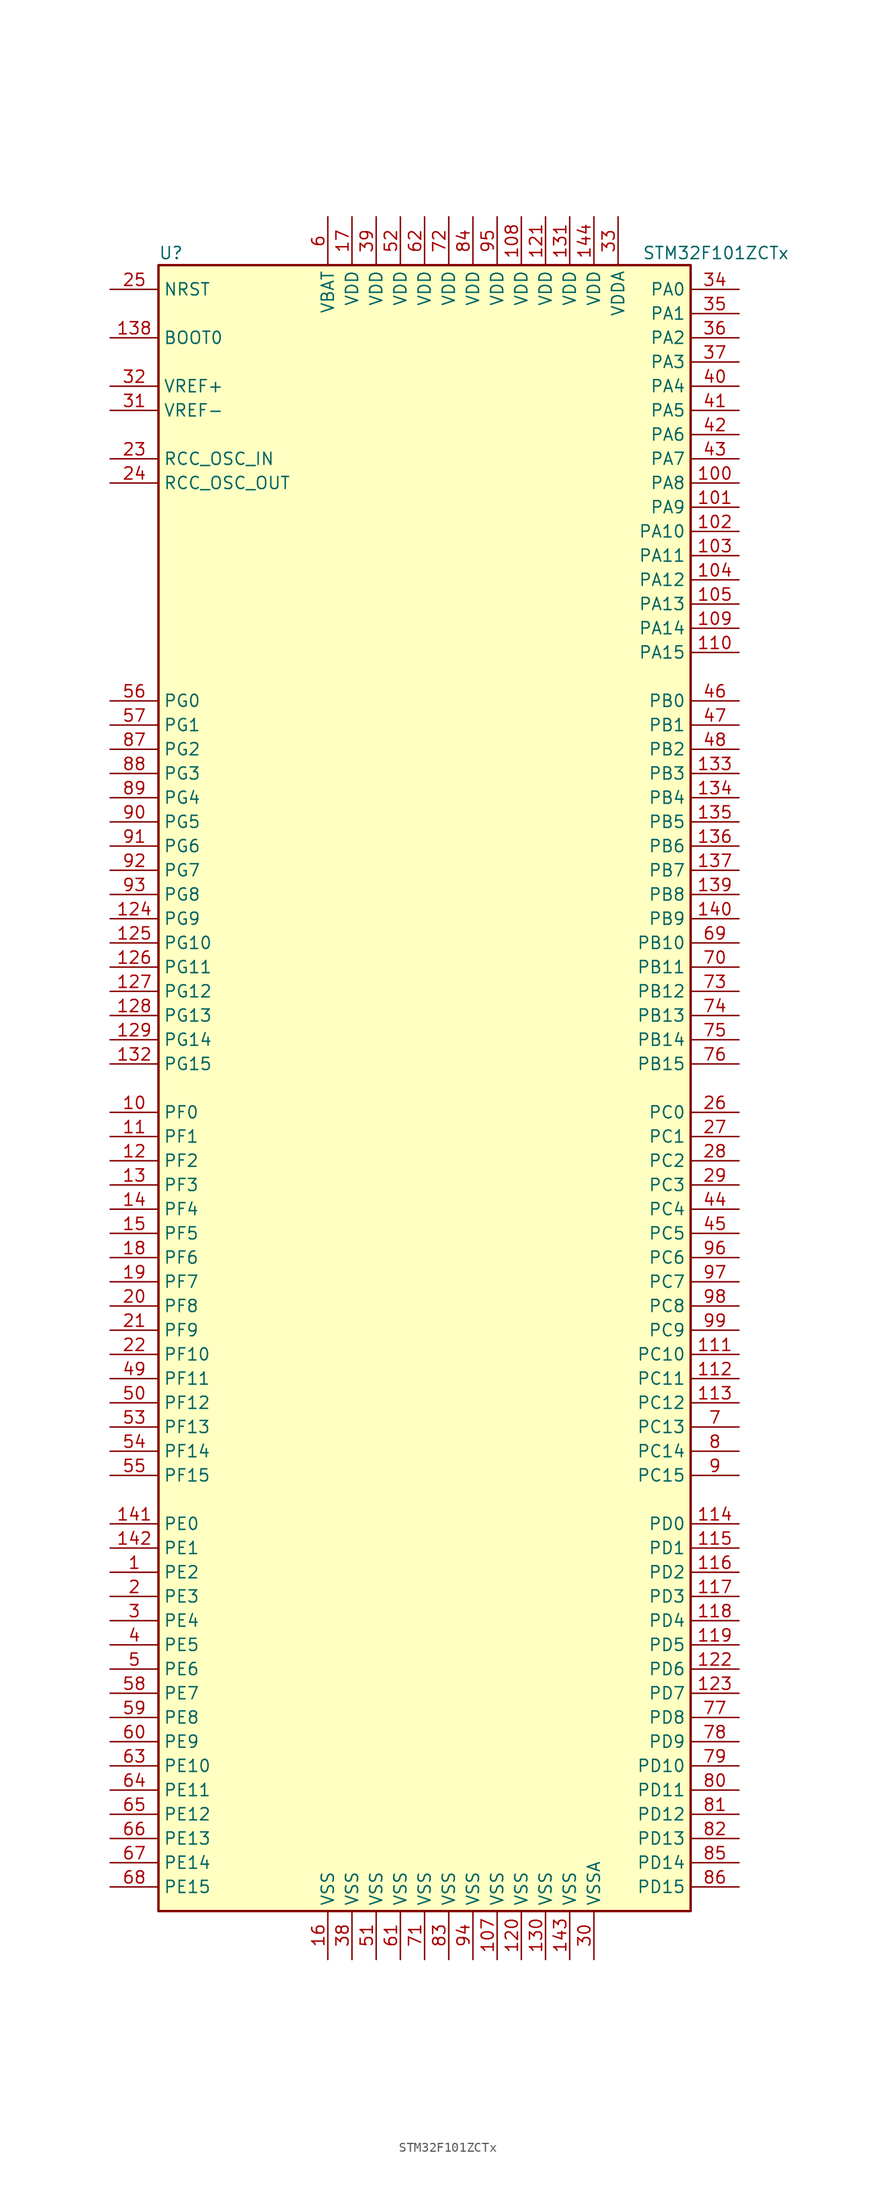
<source format=kicad_sym>
(kicad_symbol_lib
  (version 20201005)
  (generator kicad_symbol_editor)
  (symbol "MCU_ST_STM32F1:STM32F101ZCTx"
    (property "Reference" "U"
      (at -27.94 87.63 0)
      (effects (font (size 1.27 1.27)) (justify left)))
    (property "Value" "STM32F101ZCTx"
      (at 22.86 87.63 0)
      (effects (font (size 1.27 1.27)) (justify left)))
    (symbol "STM32F101ZCTx_0_1"
      (rectangle (start -27.94 -86.36) (end 27.94 86.36) (stroke (width 0.254)) (fill (type background))))
    (symbol "STM32F101ZCTx_1_1"
      (pin input line (at -33.02 78.74 0) (length 5.08) (name "BOOT0" (effects (font (size 1.27 1.27)))) (number "138" (effects (font (size 1.27 1.27)))))
      (pin no_connect line (at -27.94 -83.82 0) (length 5.08) hide (name "NC" (effects (font (size 1.27 1.27)))) (number "106" (effects (font (size 1.27 1.27)))))
      (pin input line (at -33.02 83.82 0) (length 5.08) (name "NRST" (effects (font (size 1.27 1.27)))) (number "25" (effects (font (size 1.27 1.27)))))
      (pin bidirectional line (at 33.02 83.82 180) (length 5.08) (name "PA0" (effects (font (size 1.27 1.27)))) (number "34" (effects (font (size 1.27 1.27)))))
      (pin bidirectional line (at 33.02 81.28 180) (length 5.08) (name "PA1" (effects (font (size 1.27 1.27)))) (number "35" (effects (font (size 1.27 1.27)))))
      (pin bidirectional line (at 33.02 58.42 180) (length 5.08) (name "PA10" (effects (font (size 1.27 1.27)))) (number "102" (effects (font (size 1.27 1.27)))))
      (pin bidirectional line (at 33.02 55.88 180) (length 5.08) (name "PA11" (effects (font (size 1.27 1.27)))) (number "103" (effects (font (size 1.27 1.27)))))
      (pin bidirectional line (at 33.02 53.34 180) (length 5.08) (name "PA12" (effects (font (size 1.27 1.27)))) (number "104" (effects (font (size 1.27 1.27)))))
      (pin bidirectional line (at 33.02 50.8 180) (length 5.08) (name "PA13" (effects (font (size 1.27 1.27)))) (number "105" (effects (font (size 1.27 1.27)))))
      (pin bidirectional line (at 33.02 48.26 180) (length 5.08) (name "PA14" (effects (font (size 1.27 1.27)))) (number "109" (effects (font (size 1.27 1.27)))))
      (pin bidirectional line (at 33.02 45.72 180) (length 5.08) (name "PA15" (effects (font (size 1.27 1.27)))) (number "110" (effects (font (size 1.27 1.27)))))
      (pin bidirectional line (at 33.02 78.74 180) (length 5.08) (name "PA2" (effects (font (size 1.27 1.27)))) (number "36" (effects (font (size 1.27 1.27)))))
      (pin bidirectional line (at 33.02 76.2 180) (length 5.08) (name "PA3" (effects (font (size 1.27 1.27)))) (number "37" (effects (font (size 1.27 1.27)))))
      (pin bidirectional line (at 33.02 73.66 180) (length 5.08) (name "PA4" (effects (font (size 1.27 1.27)))) (number "40" (effects (font (size 1.27 1.27)))))
      (pin bidirectional line (at 33.02 71.12 180) (length 5.08) (name "PA5" (effects (font (size 1.27 1.27)))) (number "41" (effects (font (size 1.27 1.27)))))
      (pin bidirectional line (at 33.02 68.58 180) (length 5.08) (name "PA6" (effects (font (size 1.27 1.27)))) (number "42" (effects (font (size 1.27 1.27)))))
      (pin bidirectional line (at 33.02 66.04 180) (length 5.08) (name "PA7" (effects (font (size 1.27 1.27)))) (number "43" (effects (font (size 1.27 1.27)))))
      (pin bidirectional line (at 33.02 63.5 180) (length 5.08) (name "PA8" (effects (font (size 1.27 1.27)))) (number "100" (effects (font (size 1.27 1.27)))))
      (pin bidirectional line (at 33.02 60.96 180) (length 5.08) (name "PA9" (effects (font (size 1.27 1.27)))) (number "101" (effects (font (size 1.27 1.27)))))
      (pin bidirectional line (at 33.02 40.64 180) (length 5.08) (name "PB0" (effects (font (size 1.27 1.27)))) (number "46" (effects (font (size 1.27 1.27)))))
      (pin bidirectional line (at 33.02 38.1 180) (length 5.08) (name "PB1" (effects (font (size 1.27 1.27)))) (number "47" (effects (font (size 1.27 1.27)))))
      (pin bidirectional line (at 33.02 15.24 180) (length 5.08) (name "PB10" (effects (font (size 1.27 1.27)))) (number "69" (effects (font (size 1.27 1.27)))))
      (pin bidirectional line (at 33.02 12.7 180) (length 5.08) (name "PB11" (effects (font (size 1.27 1.27)))) (number "70" (effects (font (size 1.27 1.27)))))
      (pin bidirectional line (at 33.02 10.16 180) (length 5.08) (name "PB12" (effects (font (size 1.27 1.27)))) (number "73" (effects (font (size 1.27 1.27)))))
      (pin bidirectional line (at 33.02 7.62 180) (length 5.08) (name "PB13" (effects (font (size 1.27 1.27)))) (number "74" (effects (font (size 1.27 1.27)))))
      (pin bidirectional line (at 33.02 5.08 180) (length 5.08) (name "PB14" (effects (font (size 1.27 1.27)))) (number "75" (effects (font (size 1.27 1.27)))))
      (pin bidirectional line (at 33.02 2.54 180) (length 5.08) (name "PB15" (effects (font (size 1.27 1.27)))) (number "76" (effects (font (size 1.27 1.27)))))
      (pin bidirectional line (at 33.02 35.56 180) (length 5.08) (name "PB2" (effects (font (size 1.27 1.27)))) (number "48" (effects (font (size 1.27 1.27)))))
      (pin bidirectional line (at 33.02 33.02 180) (length 5.08) (name "PB3" (effects (font (size 1.27 1.27)))) (number "133" (effects (font (size 1.27 1.27)))))
      (pin bidirectional line (at 33.02 30.48 180) (length 5.08) (name "PB4" (effects (font (size 1.27 1.27)))) (number "134" (effects (font (size 1.27 1.27)))))
      (pin bidirectional line (at 33.02 27.94 180) (length 5.08) (name "PB5" (effects (font (size 1.27 1.27)))) (number "135" (effects (font (size 1.27 1.27)))))
      (pin bidirectional line (at 33.02 25.4 180) (length 5.08) (name "PB6" (effects (font (size 1.27 1.27)))) (number "136" (effects (font (size 1.27 1.27)))))
      (pin bidirectional line (at 33.02 22.86 180) (length 5.08) (name "PB7" (effects (font (size 1.27 1.27)))) (number "137" (effects (font (size 1.27 1.27)))))
      (pin bidirectional line (at 33.02 20.32 180) (length 5.08) (name "PB8" (effects (font (size 1.27 1.27)))) (number "139" (effects (font (size 1.27 1.27)))))
      (pin bidirectional line (at 33.02 17.78 180) (length 5.08) (name "PB9" (effects (font (size 1.27 1.27)))) (number "140" (effects (font (size 1.27 1.27)))))
      (pin bidirectional line (at 33.02 -2.54 180) (length 5.08) (name "PC0" (effects (font (size 1.27 1.27)))) (number "26" (effects (font (size 1.27 1.27)))))
      (pin bidirectional line (at 33.02 -5.08 180) (length 5.08) (name "PC1" (effects (font (size 1.27 1.27)))) (number "27" (effects (font (size 1.27 1.27)))))
      (pin bidirectional line (at 33.02 -27.94 180) (length 5.08) (name "PC10" (effects (font (size 1.27 1.27)))) (number "111" (effects (font (size 1.27 1.27)))))
      (pin bidirectional line (at 33.02 -30.48 180) (length 5.08) (name "PC11" (effects (font (size 1.27 1.27)))) (number "112" (effects (font (size 1.27 1.27)))))
      (pin bidirectional line (at 33.02 -33.02 180) (length 5.08) (name "PC12" (effects (font (size 1.27 1.27)))) (number "113" (effects (font (size 1.27 1.27)))))
      (pin bidirectional line (at 33.02 -35.56 180) (length 5.08) (name "PC13" (effects (font (size 1.27 1.27)))) (number "7" (effects (font (size 1.27 1.27)))))
      (pin bidirectional line (at 33.02 -38.1 180) (length 5.08) (name "PC14" (effects (font (size 1.27 1.27)))) (number "8" (effects (font (size 1.27 1.27)))))
      (pin bidirectional line (at 33.02 -40.64 180) (length 5.08) (name "PC15" (effects (font (size 1.27 1.27)))) (number "9" (effects (font (size 1.27 1.27)))))
      (pin bidirectional line (at 33.02 -7.62 180) (length 5.08) (name "PC2" (effects (font (size 1.27 1.27)))) (number "28" (effects (font (size 1.27 1.27)))))
      (pin bidirectional line (at 33.02 -10.16 180) (length 5.08) (name "PC3" (effects (font (size 1.27 1.27)))) (number "29" (effects (font (size 1.27 1.27)))))
      (pin bidirectional line (at 33.02 -12.7 180) (length 5.08) (name "PC4" (effects (font (size 1.27 1.27)))) (number "44" (effects (font (size 1.27 1.27)))))
      (pin bidirectional line (at 33.02 -15.24 180) (length 5.08) (name "PC5" (effects (font (size 1.27 1.27)))) (number "45" (effects (font (size 1.27 1.27)))))
      (pin bidirectional line (at 33.02 -17.78 180) (length 5.08) (name "PC6" (effects (font (size 1.27 1.27)))) (number "96" (effects (font (size 1.27 1.27)))))
      (pin bidirectional line (at 33.02 -20.32 180) (length 5.08) (name "PC7" (effects (font (size 1.27 1.27)))) (number "97" (effects (font (size 1.27 1.27)))))
      (pin bidirectional line (at 33.02 -22.86 180) (length 5.08) (name "PC8" (effects (font (size 1.27 1.27)))) (number "98" (effects (font (size 1.27 1.27)))))
      (pin bidirectional line (at 33.02 -25.4 180) (length 5.08) (name "PC9" (effects (font (size 1.27 1.27)))) (number "99" (effects (font (size 1.27 1.27)))))
      (pin bidirectional line (at 33.02 -45.72 180) (length 5.08) (name "PD0" (effects (font (size 1.27 1.27)))) (number "114" (effects (font (size 1.27 1.27)))))
      (pin bidirectional line (at 33.02 -48.26 180) (length 5.08) (name "PD1" (effects (font (size 1.27 1.27)))) (number "115" (effects (font (size 1.27 1.27)))))
      (pin bidirectional line (at 33.02 -71.12 180) (length 5.08) (name "PD10" (effects (font (size 1.27 1.27)))) (number "79" (effects (font (size 1.27 1.27)))))
      (pin bidirectional line (at 33.02 -73.66 180) (length 5.08) (name "PD11" (effects (font (size 1.27 1.27)))) (number "80" (effects (font (size 1.27 1.27)))))
      (pin bidirectional line (at 33.02 -76.2 180) (length 5.08) (name "PD12" (effects (font (size 1.27 1.27)))) (number "81" (effects (font (size 1.27 1.27)))))
      (pin bidirectional line (at 33.02 -78.74 180) (length 5.08) (name "PD13" (effects (font (size 1.27 1.27)))) (number "82" (effects (font (size 1.27 1.27)))))
      (pin bidirectional line (at 33.02 -81.28 180) (length 5.08) (name "PD14" (effects (font (size 1.27 1.27)))) (number "85" (effects (font (size 1.27 1.27)))))
      (pin bidirectional line (at 33.02 -83.82 180) (length 5.08) (name "PD15" (effects (font (size 1.27 1.27)))) (number "86" (effects (font (size 1.27 1.27)))))
      (pin bidirectional line (at 33.02 -50.8 180) (length 5.08) (name "PD2" (effects (font (size 1.27 1.27)))) (number "116" (effects (font (size 1.27 1.27)))))
      (pin bidirectional line (at 33.02 -53.34 180) (length 5.08) (name "PD3" (effects (font (size 1.27 1.27)))) (number "117" (effects (font (size 1.27 1.27)))))
      (pin bidirectional line (at 33.02 -55.88 180) (length 5.08) (name "PD4" (effects (font (size 1.27 1.27)))) (number "118" (effects (font (size 1.27 1.27)))))
      (pin bidirectional line (at 33.02 -58.42 180) (length 5.08) (name "PD5" (effects (font (size 1.27 1.27)))) (number "119" (effects (font (size 1.27 1.27)))))
      (pin bidirectional line (at 33.02 -60.96 180) (length 5.08) (name "PD6" (effects (font (size 1.27 1.27)))) (number "122" (effects (font (size 1.27 1.27)))))
      (pin bidirectional line (at 33.02 -63.5 180) (length 5.08) (name "PD7" (effects (font (size 1.27 1.27)))) (number "123" (effects (font (size 1.27 1.27)))))
      (pin bidirectional line (at 33.02 -66.04 180) (length 5.08) (name "PD8" (effects (font (size 1.27 1.27)))) (number "77" (effects (font (size 1.27 1.27)))))
      (pin bidirectional line (at 33.02 -68.58 180) (length 5.08) (name "PD9" (effects (font (size 1.27 1.27)))) (number "78" (effects (font (size 1.27 1.27)))))
      (pin bidirectional line (at -33.02 -45.72 0) (length 5.08) (name "PE0" (effects (font (size 1.27 1.27)))) (number "141" (effects (font (size 1.27 1.27)))))
      (pin bidirectional line (at -33.02 -48.26 0) (length 5.08) (name "PE1" (effects (font (size 1.27 1.27)))) (number "142" (effects (font (size 1.27 1.27)))))
      (pin bidirectional line (at -33.02 -71.12 0) (length 5.08) (name "PE10" (effects (font (size 1.27 1.27)))) (number "63" (effects (font (size 1.27 1.27)))))
      (pin bidirectional line (at -33.02 -73.66 0) (length 5.08) (name "PE11" (effects (font (size 1.27 1.27)))) (number "64" (effects (font (size 1.27 1.27)))))
      (pin bidirectional line (at -33.02 -76.2 0) (length 5.08) (name "PE12" (effects (font (size 1.27 1.27)))) (number "65" (effects (font (size 1.27 1.27)))))
      (pin bidirectional line (at -33.02 -78.74 0) (length 5.08) (name "PE13" (effects (font (size 1.27 1.27)))) (number "66" (effects (font (size 1.27 1.27)))))
      (pin bidirectional line (at -33.02 -81.28 0) (length 5.08) (name "PE14" (effects (font (size 1.27 1.27)))) (number "67" (effects (font (size 1.27 1.27)))))
      (pin bidirectional line (at -33.02 -83.82 0) (length 5.08) (name "PE15" (effects (font (size 1.27 1.27)))) (number "68" (effects (font (size 1.27 1.27)))))
      (pin bidirectional line (at -33.02 -50.8 0) (length 5.08) (name "PE2" (effects (font (size 1.27 1.27)))) (number "1" (effects (font (size 1.27 1.27)))))
      (pin bidirectional line (at -33.02 -53.34 0) (length 5.08) (name "PE3" (effects (font (size 1.27 1.27)))) (number "2" (effects (font (size 1.27 1.27)))))
      (pin bidirectional line (at -33.02 -55.88 0) (length 5.08) (name "PE4" (effects (font (size 1.27 1.27)))) (number "3" (effects (font (size 1.27 1.27)))))
      (pin bidirectional line (at -33.02 -58.42 0) (length 5.08) (name "PE5" (effects (font (size 1.27 1.27)))) (number "4" (effects (font (size 1.27 1.27)))))
      (pin bidirectional line (at -33.02 -60.96 0) (length 5.08) (name "PE6" (effects (font (size 1.27 1.27)))) (number "5" (effects (font (size 1.27 1.27)))))
      (pin bidirectional line (at -33.02 -63.5 0) (length 5.08) (name "PE7" (effects (font (size 1.27 1.27)))) (number "58" (effects (font (size 1.27 1.27)))))
      (pin bidirectional line (at -33.02 -66.04 0) (length 5.08) (name "PE8" (effects (font (size 1.27 1.27)))) (number "59" (effects (font (size 1.27 1.27)))))
      (pin bidirectional line (at -33.02 -68.58 0) (length 5.08) (name "PE9" (effects (font (size 1.27 1.27)))) (number "60" (effects (font (size 1.27 1.27)))))
      (pin bidirectional line (at -33.02 -2.54 0) (length 5.08) (name "PF0" (effects (font (size 1.27 1.27)))) (number "10" (effects (font (size 1.27 1.27)))))
      (pin bidirectional line (at -33.02 -5.08 0) (length 5.08) (name "PF1" (effects (font (size 1.27 1.27)))) (number "11" (effects (font (size 1.27 1.27)))))
      (pin bidirectional line (at -33.02 -27.94 0) (length 5.08) (name "PF10" (effects (font (size 1.27 1.27)))) (number "22" (effects (font (size 1.27 1.27)))))
      (pin bidirectional line (at -33.02 -30.48 0) (length 5.08) (name "PF11" (effects (font (size 1.27 1.27)))) (number "49" (effects (font (size 1.27 1.27)))))
      (pin bidirectional line (at -33.02 -33.02 0) (length 5.08) (name "PF12" (effects (font (size 1.27 1.27)))) (number "50" (effects (font (size 1.27 1.27)))))
      (pin bidirectional line (at -33.02 -35.56 0) (length 5.08) (name "PF13" (effects (font (size 1.27 1.27)))) (number "53" (effects (font (size 1.27 1.27)))))
      (pin bidirectional line (at -33.02 -38.1 0) (length 5.08) (name "PF14" (effects (font (size 1.27 1.27)))) (number "54" (effects (font (size 1.27 1.27)))))
      (pin bidirectional line (at -33.02 -40.64 0) (length 5.08) (name "PF15" (effects (font (size 1.27 1.27)))) (number "55" (effects (font (size 1.27 1.27)))))
      (pin bidirectional line (at -33.02 -7.62 0) (length 5.08) (name "PF2" (effects (font (size 1.27 1.27)))) (number "12" (effects (font (size 1.27 1.27)))))
      (pin bidirectional line (at -33.02 -10.16 0) (length 5.08) (name "PF3" (effects (font (size 1.27 1.27)))) (number "13" (effects (font (size 1.27 1.27)))))
      (pin bidirectional line (at -33.02 -12.7 0) (length 5.08) (name "PF4" (effects (font (size 1.27 1.27)))) (number "14" (effects (font (size 1.27 1.27)))))
      (pin bidirectional line (at -33.02 -15.24 0) (length 5.08) (name "PF5" (effects (font (size 1.27 1.27)))) (number "15" (effects (font (size 1.27 1.27)))))
      (pin bidirectional line (at -33.02 -17.78 0) (length 5.08) (name "PF6" (effects (font (size 1.27 1.27)))) (number "18" (effects (font (size 1.27 1.27)))))
      (pin bidirectional line (at -33.02 -20.32 0) (length 5.08) (name "PF7" (effects (font (size 1.27 1.27)))) (number "19" (effects (font (size 1.27 1.27)))))
      (pin bidirectional line (at -33.02 -22.86 0) (length 5.08) (name "PF8" (effects (font (size 1.27 1.27)))) (number "20" (effects (font (size 1.27 1.27)))))
      (pin bidirectional line (at -33.02 -25.4 0) (length 5.08) (name "PF9" (effects (font (size 1.27 1.27)))) (number "21" (effects (font (size 1.27 1.27)))))
      (pin bidirectional line (at -33.02 40.64 0) (length 5.08) (name "PG0" (effects (font (size 1.27 1.27)))) (number "56" (effects (font (size 1.27 1.27)))))
      (pin bidirectional line (at -33.02 38.1 0) (length 5.08) (name "PG1" (effects (font (size 1.27 1.27)))) (number "57" (effects (font (size 1.27 1.27)))))
      (pin bidirectional line (at -33.02 15.24 0) (length 5.08) (name "PG10" (effects (font (size 1.27 1.27)))) (number "125" (effects (font (size 1.27 1.27)))))
      (pin bidirectional line (at -33.02 12.7 0) (length 5.08) (name "PG11" (effects (font (size 1.27 1.27)))) (number "126" (effects (font (size 1.27 1.27)))))
      (pin bidirectional line (at -33.02 10.16 0) (length 5.08) (name "PG12" (effects (font (size 1.27 1.27)))) (number "127" (effects (font (size 1.27 1.27)))))
      (pin bidirectional line (at -33.02 7.62 0) (length 5.08) (name "PG13" (effects (font (size 1.27 1.27)))) (number "128" (effects (font (size 1.27 1.27)))))
      (pin bidirectional line (at -33.02 5.08 0) (length 5.08) (name "PG14" (effects (font (size 1.27 1.27)))) (number "129" (effects (font (size 1.27 1.27)))))
      (pin bidirectional line (at -33.02 2.54 0) (length 5.08) (name "PG15" (effects (font (size 1.27 1.27)))) (number "132" (effects (font (size 1.27 1.27)))))
      (pin bidirectional line (at -33.02 35.56 0) (length 5.08) (name "PG2" (effects (font (size 1.27 1.27)))) (number "87" (effects (font (size 1.27 1.27)))))
      (pin bidirectional line (at -33.02 33.02 0) (length 5.08) (name "PG3" (effects (font (size 1.27 1.27)))) (number "88" (effects (font (size 1.27 1.27)))))
      (pin bidirectional line (at -33.02 30.48 0) (length 5.08) (name "PG4" (effects (font (size 1.27 1.27)))) (number "89" (effects (font (size 1.27 1.27)))))
      (pin bidirectional line (at -33.02 27.94 0) (length 5.08) (name "PG5" (effects (font (size 1.27 1.27)))) (number "90" (effects (font (size 1.27 1.27)))))
      (pin bidirectional line (at -33.02 25.4 0) (length 5.08) (name "PG6" (effects (font (size 1.27 1.27)))) (number "91" (effects (font (size 1.27 1.27)))))
      (pin bidirectional line (at -33.02 22.86 0) (length 5.08) (name "PG7" (effects (font (size 1.27 1.27)))) (number "92" (effects (font (size 1.27 1.27)))))
      (pin bidirectional line (at -33.02 20.32 0) (length 5.08) (name "PG8" (effects (font (size 1.27 1.27)))) (number "93" (effects (font (size 1.27 1.27)))))
      (pin bidirectional line (at -33.02 17.78 0) (length 5.08) (name "PG9" (effects (font (size 1.27 1.27)))) (number "124" (effects (font (size 1.27 1.27)))))
      (pin input line (at -33.02 66.04 0) (length 5.08) (name "RCC_OSC_IN" (effects (font (size 1.27 1.27)))) (number "23" (effects (font (size 1.27 1.27)))))
      (pin input line (at -33.02 63.5 0) (length 5.08) (name "RCC_OSC_OUT" (effects (font (size 1.27 1.27)))) (number "24" (effects (font (size 1.27 1.27)))))
      (pin power_in line (at -10.16 91.44 270) (length 5.08) (name "VBAT" (effects (font (size 1.27 1.27)))) (number "6" (effects (font (size 1.27 1.27)))))
      (pin power_in line (at 10.16 91.44 270) (length 5.08) (name "VDD" (effects (font (size 1.27 1.27)))) (number "108" (effects (font (size 1.27 1.27)))))
      (pin power_in line (at 12.7 91.44 270) (length 5.08) (name "VDD" (effects (font (size 1.27 1.27)))) (number "121" (effects (font (size 1.27 1.27)))))
      (pin power_in line (at 15.24 91.44 270) (length 5.08) (name "VDD" (effects (font (size 1.27 1.27)))) (number "131" (effects (font (size 1.27 1.27)))))
      (pin power_in line (at 17.78 91.44 270) (length 5.08) (name "VDD" (effects (font (size 1.27 1.27)))) (number "144" (effects (font (size 1.27 1.27)))))
      (pin power_in line (at -7.62 91.44 270) (length 5.08) (name "VDD" (effects (font (size 1.27 1.27)))) (number "17" (effects (font (size 1.27 1.27)))))
      (pin power_in line (at -5.08 91.44 270) (length 5.08) (name "VDD" (effects (font (size 1.27 1.27)))) (number "39" (effects (font (size 1.27 1.27)))))
      (pin power_in line (at -2.54 91.44 270) (length 5.08) (name "VDD" (effects (font (size 1.27 1.27)))) (number "52" (effects (font (size 1.27 1.27)))))
      (pin power_in line (at 0 91.44 270) (length 5.08) (name "VDD" (effects (font (size 1.27 1.27)))) (number "62" (effects (font (size 1.27 1.27)))))
      (pin power_in line (at 2.54 91.44 270) (length 5.08) (name "VDD" (effects (font (size 1.27 1.27)))) (number "72" (effects (font (size 1.27 1.27)))))
      (pin power_in line (at 5.08 91.44 270) (length 5.08) (name "VDD" (effects (font (size 1.27 1.27)))) (number "84" (effects (font (size 1.27 1.27)))))
      (pin power_in line (at 7.62 91.44 270) (length 5.08) (name "VDD" (effects (font (size 1.27 1.27)))) (number "95" (effects (font (size 1.27 1.27)))))
      (pin power_in line (at 20.32 91.44 270) (length 5.08) (name "VDDA" (effects (font (size 1.27 1.27)))) (number "33" (effects (font (size 1.27 1.27)))))
      (pin power_in line (at -33.02 73.66 0) (length 5.08) (name "VREF+" (effects (font (size 1.27 1.27)))) (number "32" (effects (font (size 1.27 1.27)))))
      (pin power_in line (at -33.02 71.12 0) (length 5.08) (name "VREF-" (effects (font (size 1.27 1.27)))) (number "31" (effects (font (size 1.27 1.27)))))
      (pin power_in line (at 7.62 -91.44 90) (length 5.08) (name "VSS" (effects (font (size 1.27 1.27)))) (number "107" (effects (font (size 1.27 1.27)))))
      (pin power_in line (at 10.16 -91.44 90) (length 5.08) (name "VSS" (effects (font (size 1.27 1.27)))) (number "120" (effects (font (size 1.27 1.27)))))
      (pin power_in line (at 12.7 -91.44 90) (length 5.08) (name "VSS" (effects (font (size 1.27 1.27)))) (number "130" (effects (font (size 1.27 1.27)))))
      (pin power_in line (at 15.24 -91.44 90) (length 5.08) (name "VSS" (effects (font (size 1.27 1.27)))) (number "143" (effects (font (size 1.27 1.27)))))
      (pin power_in line (at -10.16 -91.44 90) (length 5.08) (name "VSS" (effects (font (size 1.27 1.27)))) (number "16" (effects (font (size 1.27 1.27)))))
      (pin power_in line (at -7.62 -91.44 90) (length 5.08) (name "VSS" (effects (font (size 1.27 1.27)))) (number "38" (effects (font (size 1.27 1.27)))))
      (pin power_in line (at -5.08 -91.44 90) (length 5.08) (name "VSS" (effects (font (size 1.27 1.27)))) (number "51" (effects (font (size 1.27 1.27)))))
      (pin power_in line (at -2.54 -91.44 90) (length 5.08) (name "VSS" (effects (font (size 1.27 1.27)))) (number "61" (effects (font (size 1.27 1.27)))))
      (pin power_in line (at 0 -91.44 90) (length 5.08) (name "VSS" (effects (font (size 1.27 1.27)))) (number "71" (effects (font (size 1.27 1.27)))))
      (pin power_in line (at 2.54 -91.44 90) (length 5.08) (name "VSS" (effects (font (size 1.27 1.27)))) (number "83" (effects (font (size 1.27 1.27)))))
      (pin power_in line (at 5.08 -91.44 90) (length 5.08) (name "VSS" (effects (font (size 1.27 1.27)))) (number "94" (effects (font (size 1.27 1.27)))))
      (pin power_in line (at 17.78 -91.44 90) (length 5.08) (name "VSSA" (effects (font (size 1.27 1.27)))) (number "30" (effects (font (size 1.27 1.27))))))))
</source>
